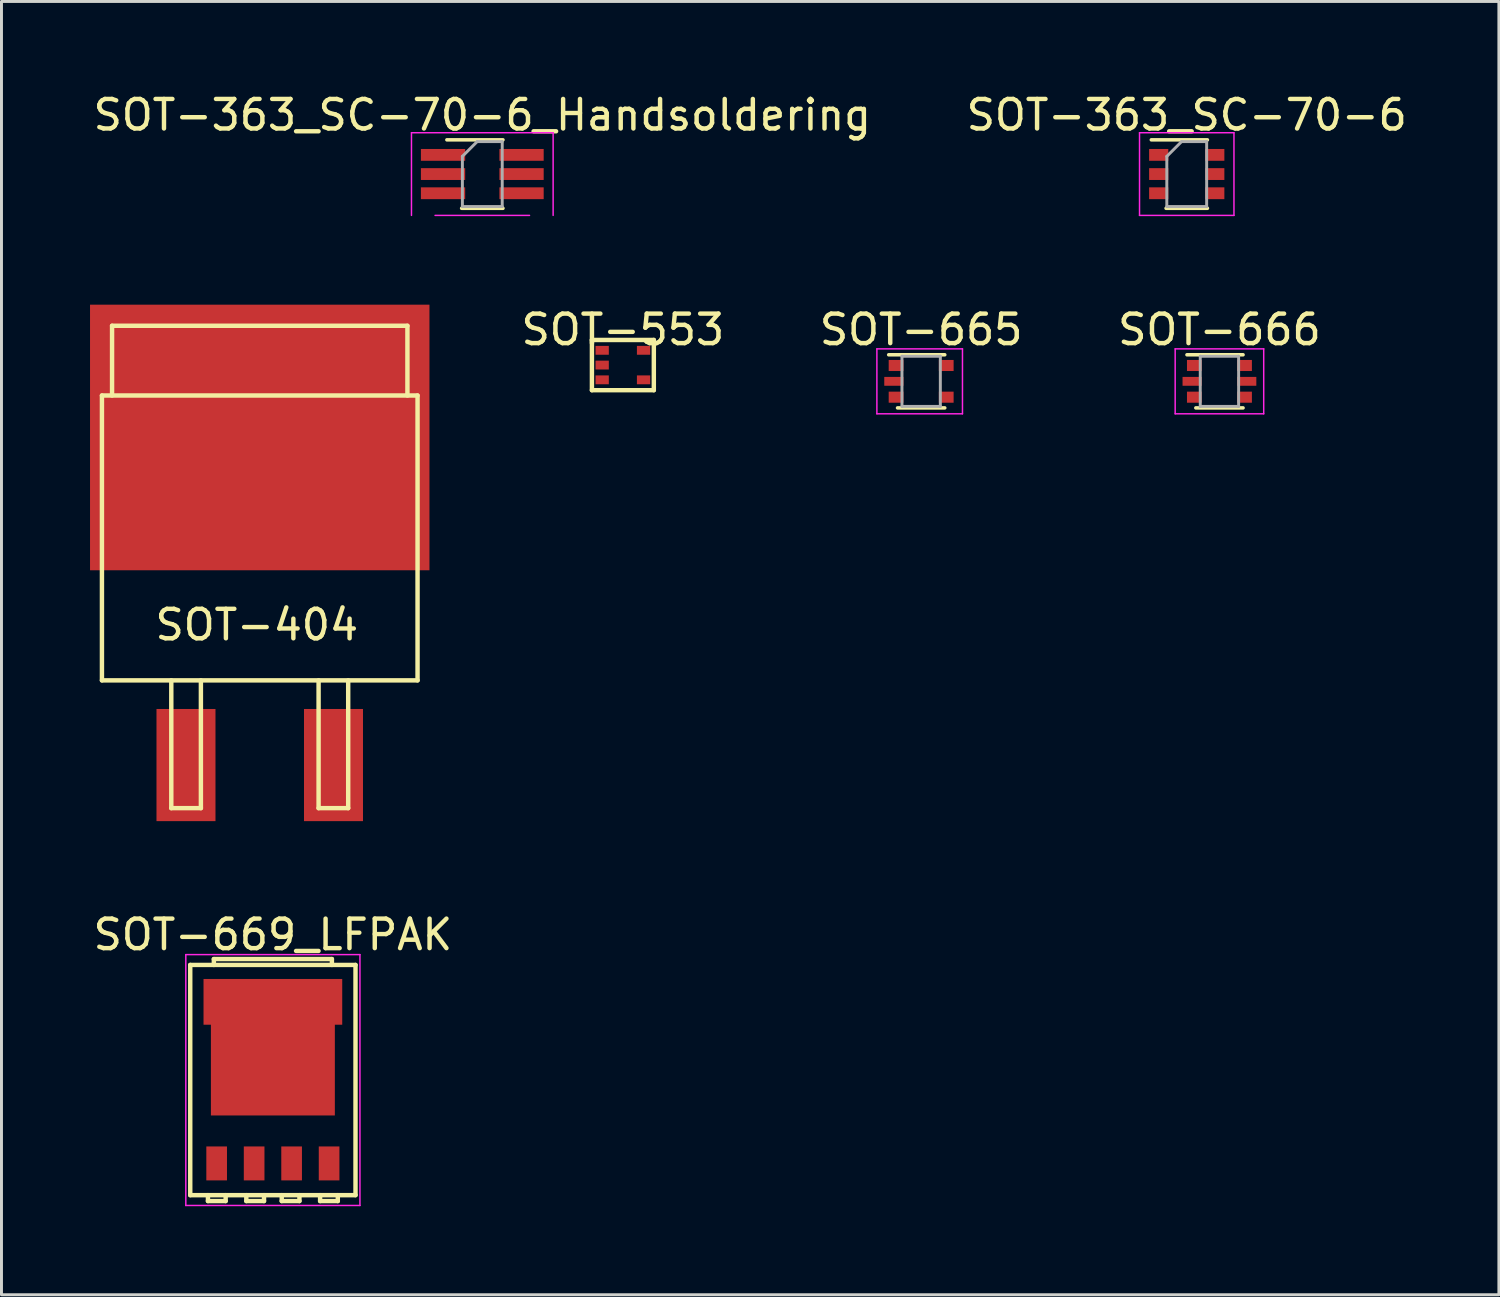
<source format=kicad_pcb>
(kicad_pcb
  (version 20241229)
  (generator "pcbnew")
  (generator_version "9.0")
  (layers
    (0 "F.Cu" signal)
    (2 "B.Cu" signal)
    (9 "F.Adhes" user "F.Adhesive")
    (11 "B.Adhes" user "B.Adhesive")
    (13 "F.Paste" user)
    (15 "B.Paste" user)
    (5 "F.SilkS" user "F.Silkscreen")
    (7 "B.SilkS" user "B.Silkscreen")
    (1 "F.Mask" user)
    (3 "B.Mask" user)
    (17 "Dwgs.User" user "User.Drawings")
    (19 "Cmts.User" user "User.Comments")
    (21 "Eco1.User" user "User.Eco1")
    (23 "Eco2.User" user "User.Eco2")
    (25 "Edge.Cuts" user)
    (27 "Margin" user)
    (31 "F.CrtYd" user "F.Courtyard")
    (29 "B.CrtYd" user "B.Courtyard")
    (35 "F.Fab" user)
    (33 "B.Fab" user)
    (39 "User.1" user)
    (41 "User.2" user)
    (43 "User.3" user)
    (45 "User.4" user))
  (footprint "SOT-665"
    (layer "F.Cu")
    (at 28.162 9.871)
    (property "Reference" "SOT-665" (at 0 -1.75 0) (layer "F.SilkS") (effects (font (size 1 1) (thickness 0.15))))
    (attr smd)
    (fp_line (start -0.8 0.9) (end 0.8 0.9) (stroke (width 0.12) (type solid)) (layer "F.SilkS"))
    (fp_line (start 0.8 -0.9) (end -1.1 -0.9) (stroke (width 0.12) (type solid)) (layer "F.SilkS"))
    (fp_line (start -1.5 -1.1) (end -1.5 1.1) (stroke (width 0.05) (type solid)) (layer "F.CrtYd"))
    (fp_line (start -1.5 -1.1) (end 1.4 -1.1) (stroke (width 0.05) (type solid)) (layer "F.CrtYd"))
    (fp_line (start -1.5 1.1) (end 1.4 1.1) (stroke (width 0.05) (type solid)) (layer "F.CrtYd"))
    (fp_line (start 1.4 1.1) (end 1.4 -1.1) (stroke (width 0.05) (type solid)) (layer "F.CrtYd"))
    (fp_line (start -0.65 -0.85) (end -0.65 0.85) (stroke (width 0.1) (type solid)) (layer "F.Fab"))
    (fp_line (start 0.65 -0.85) (end -0.65 -0.85) (stroke (width 0.1) (type solid)) (layer "F.Fab"))
    (fp_line (start 0.65 -0.85) (end 0.65 0.85) (stroke (width 0.1) (type solid)) (layer "F.Fab"))
    (fp_line (start 0.65 0.85) (end -0.65 0.85) (stroke (width 0.1) (type solid)) (layer "F.Fab"))
    (pad "1" smd rect (at -0.85 -0.537) (size 0.5 0.375) (layers "F.Cu" "F.Mask" "F.Paste"))
    (pad "2" smd rect (at -0.925 0) (size 0.65 0.3) (layers "F.Cu" "F.Mask" "F.Paste"))
    (pad "3" smd rect (at -0.85 0.537) (size 0.5 0.375) (layers "F.Cu" "F.Mask" "F.Paste"))
    (pad "4" smd rect (at 0.85 0.537) (size 0.5 0.375) (layers "F.Cu" "F.Mask" "F.Paste"))
    (pad "5" smd rect (at 0.85 -0.537) (size 0.5 0.375) (layers "F.Cu" "F.Mask" "F.Paste")))
  (footprint "SOT-669_LFPAK"
    (layer "F.Cu")
    (at 6.196 33.546)
    (property "Reference" "SOT-669_LFPAK" (at 0 -4.925 0) (layer "F.SilkS") (effects (font (size 1 1) (thickness 0.15))))
    (attr smd)
    (fp_line (start -2.8 -3.9) (end 2.8 -3.9) (stroke (width 0.15) (type solid)) (layer "F.SilkS"))
    (fp_line (start -2.8 3.9) (end -2.8 -3.9) (stroke (width 0.15) (type solid)) (layer "F.SilkS"))
    (fp_line (start -2.2 3.9) (end -2.2 4.1) (stroke (width 0.15) (type solid)) (layer "F.SilkS"))
    (fp_line (start -2.2 4.1) (end -1.6 4.1) (stroke (width 0.15) (type solid)) (layer "F.SilkS"))
    (fp_line (start -2 -4.1) (end 2 -4.1) (stroke (width 0.15) (type solid)) (layer "F.SilkS"))
    (fp_line (start -2 -3.9) (end -2 -4.1) (stroke (width 0.15) (type solid)) (layer "F.SilkS"))
    (fp_line (start -1.6 4.1) (end -1.6 3.9) (stroke (width 0.15) (type solid)) (layer "F.SilkS"))
    (fp_line (start -0.9 3.9) (end -0.9 4.1) (stroke (width 0.15) (type solid)) (layer "F.SilkS"))
    (fp_line (start -0.9 4.1) (end -0.3 4.1) (stroke (width 0.15) (type solid)) (layer "F.SilkS"))
    (fp_line (start -0.3 4.1) (end -0.3 3.9) (stroke (width 0.15) (type solid)) (layer "F.SilkS"))
    (fp_line (start 0.3 3.9) (end 0.3 4.1) (stroke (width 0.15) (type solid)) (layer "F.SilkS"))
    (fp_line (start 0.3 4.1) (end 0.9 4.1) (stroke (width 0.15) (type solid)) (layer "F.SilkS"))
    (fp_line (start 0.9 4.1) (end 0.9 3.9) (stroke (width 0.15) (type solid)) (layer "F.SilkS"))
    (fp_line (start 1.6 3.9) (end 1.6 4.1) (stroke (width 0.15) (type solid)) (layer "F.SilkS"))
    (fp_line (start 1.6 4.1) (end 2.2 4.1) (stroke (width 0.15) (type solid)) (layer "F.SilkS"))
    (fp_line (start 2 -4.1) (end 2 -3.9) (stroke (width 0.15) (type solid)) (layer "F.SilkS"))
    (fp_line (start 2.2 4.1) (end 2.2 3.9) (stroke (width 0.15) (type solid)) (layer "F.SilkS"))
    (fp_line (start 2.8 -3.9) (end 2.8 3.9) (stroke (width 0.15) (type solid)) (layer "F.SilkS"))
    (fp_line (start 2.8 3.9) (end -2.8 3.9) (stroke (width 0.15) (type solid)) (layer "F.SilkS"))
    (fp_line (start -2.95 -4.25) (end 2.95 -4.25) (stroke (width 0.05) (type solid)) (layer "F.CrtYd"))
    (fp_line (start -2.95 4.25) (end -2.95 -4.25) (stroke (width 0.05) (type solid)) (layer "F.CrtYd"))
    (fp_line (start -2.95 4.25) (end 2.95 4.25) (stroke (width 0.05) (type solid)) (layer "F.CrtYd"))
    (fp_line (start 2.95 -4.25) (end 2.95 4.25) (stroke (width 0.05) (type solid)) (layer "F.CrtYd"))
    (pad "" smd rect (at -1.875 -2.9) (size 0.6 0.9) (layers "F.Paste"))
    (pad "" smd rect (at -1.15 -1.05 90) (size 0.6 0.9) (layers "F.Paste"))
    (pad "" smd rect (at -1.15 -0.2 90) (size 0.6 0.9) (layers "F.Paste"))
    (pad "" smd rect (at -1.15 0.65 90) (size 0.6 0.9) (layers "F.Paste"))
    (pad "" smd rect (at -0.6 -2.9) (size 0.6 0.9) (layers "F.Paste"))
    (pad "" smd rect (at 0 -1.05 90) (size 0.6 0.9) (layers "F.Paste"))
    (pad "" smd rect (at 0 -0.2 90) (size 0.6 0.9) (layers "F.Paste"))
    (pad "" smd rect (at 0 0.65 90) (size 0.6 0.9) (layers "F.Paste"))
    (pad "" smd rect (at 0.6 -2.9) (size 0.6 0.9) (layers "F.Paste"))
    (pad "" smd rect (at 1.15 -1.05 90) (size 0.6 0.9) (layers "F.Paste"))
    (pad "" smd rect (at 1.15 -0.2 90) (size 0.6 0.9) (layers "F.Paste"))
    (pad "" smd rect (at 1.15 0.65 90) (size 0.6 0.9) (layers "F.Paste"))
    (pad "" smd rect (at 1.875 -2.9) (size 0.6 0.9) (layers "F.Paste"))
    (pad "1" smd rect (at -1.905 2.825) (size 0.7 1.15) (layers "F.Cu" "F.Mask" "F.Paste"))
    (pad "2" smd rect (at -0.635 2.825) (size 0.7 1.15) (layers "F.Cu" "F.Mask" "F.Paste"))
    (pad "3" smd rect (at 0.635 2.825) (size 0.7 1.15) (layers "F.Cu" "F.Mask" "F.Paste"))
    (pad "4" smd rect (at 1.905 2.825) (size 0.7 1.15) (layers "F.Cu" "F.Mask" "F.Paste"))
    (pad "5" smd rect (at 0 -2.65) (size 4.7 1.55) (layers "F.Cu" "F.Mask"))
    (pad "5" smd rect (at 0 -0.45) (size 4.2 3.3) (layers "F.Cu" "F.Mask")))
  (footprint "SOT-666"
    (layer "F.Cu")
    (at 38.269 9.871)
    (property "Reference" "SOT-666" (at 0 -1.75 0) (layer "F.SilkS") (effects (font (size 1 1) (thickness 0.15))))
    (attr smd)
    (fp_line (start -0.8 0.9) (end 0.8 0.9) (stroke (width 0.12) (type solid)) (layer "F.SilkS"))
    (fp_line (start 0.8 -0.9) (end -1.1 -0.9) (stroke (width 0.12) (type solid)) (layer "F.SilkS"))
    (fp_line (start -1.5 -1.1) (end -1.5 1.1) (stroke (width 0.05) (type solid)) (layer "F.CrtYd"))
    (fp_line (start -1.5 -1.1) (end 1.5 -1.1) (stroke (width 0.05) (type solid)) (layer "F.CrtYd"))
    (fp_line (start -1.5 1.1) (end 1.5 1.1) (stroke (width 0.05) (type solid)) (layer "F.CrtYd"))
    (fp_line (start 1.5 1.1) (end 1.5 -1.1) (stroke (width 0.05) (type solid)) (layer "F.CrtYd"))
    (fp_line (start -0.65 -0.85) (end -0.65 0.85) (stroke (width 0.1) (type solid)) (layer "F.Fab"))
    (fp_line (start 0.65 -0.85) (end -0.65 -0.85) (stroke (width 0.1) (type solid)) (layer "F.Fab"))
    (fp_line (start 0.65 -0.85) (end 0.65 0.85) (stroke (width 0.1) (type solid)) (layer "F.Fab"))
    (fp_line (start 0.65 0.85) (end -0.65 0.85) (stroke (width 0.1) (type solid)) (layer "F.Fab"))
    (pad "1" smd rect (at -0.85 -0.537) (size 0.5 0.375) (layers "F.Cu" "F.Mask" "F.Paste"))
    (pad "2" smd rect (at -0.925 0) (size 0.65 0.3) (layers "F.Cu" "F.Mask" "F.Paste"))
    (pad "3" smd rect (at -0.85 0.537) (size 0.5 0.375) (layers "F.Cu" "F.Mask" "F.Paste"))
    (pad "4" smd rect (at 0.85 0.537) (size 0.5 0.375) (layers "F.Cu" "F.Mask" "F.Paste"))
    (pad "5" smd rect (at 0.925 0) (size 0.65 0.3) (layers "F.Cu" "F.Mask" "F.Paste"))
    (pad "6" smd rect (at 0.85 -0.537) (size 0.5 0.375) (layers "F.Cu" "F.Mask" "F.Paste")))
  (footprint "SOT-363_SC-70-6"
    (layer "F.Cu")
    (at 37.161 2.848)
    (property "Reference" "SOT-363_SC-70-6" (at 0 -2 0) (layer "F.SilkS") (effects (font (size 1 1) (thickness 0.15))))
    (attr smd)
    (fp_line (start -0.7 1.16) (end 0.7 1.16) (stroke (width 0.12) (type solid)) (layer "F.SilkS"))
    (fp_line (start 0.7 -1.16) (end -1.2 -1.16) (stroke (width 0.12) (type solid)) (layer "F.SilkS"))
    (fp_line (start -1.6 -1.4) (end -1.6 1.4) (stroke (width 0.05) (type solid)) (layer "F.CrtYd"))
    (fp_line (start -1.6 -1.4) (end 1.6 -1.4) (stroke (width 0.05) (type solid)) (layer "F.CrtYd"))
    (fp_line (start -1.6 1.4) (end 1.6 1.4) (stroke (width 0.05) (type solid)) (layer "F.CrtYd"))
    (fp_line (start 1.6 1.4) (end 1.6 -1.4) (stroke (width 0.05) (type solid)) (layer "F.CrtYd"))
    (fp_line (start -0.675 -0.6) (end -0.675 1.1) (stroke (width 0.1) (type solid)) (layer "F.Fab"))
    (fp_line (start -0.175 -1.1) (end -0.675 -0.6) (stroke (width 0.1) (type solid)) (layer "F.Fab"))
    (fp_line (start 0.675 -1.1) (end -0.175 -1.1) (stroke (width 0.1) (type solid)) (layer "F.Fab"))
    (fp_line (start 0.675 -1.1) (end 0.675 1.1) (stroke (width 0.1) (type solid)) (layer "F.Fab"))
    (fp_line (start 0.675 1.1) (end -0.675 1.1) (stroke (width 0.1) (type solid)) (layer "F.Fab"))
    (pad "1" smd rect (at -0.95 -0.65) (size 0.65 0.4) (layers "F.Cu" "F.Mask" "F.Paste"))
    (pad "2" smd rect (at -0.95 0) (size 0.65 0.4) (layers "F.Cu" "F.Mask" "F.Paste"))
    (pad "3" smd rect (at -0.95 0.65) (size 0.65 0.4) (layers "F.Cu" "F.Mask" "F.Paste"))
    (pad "4" smd rect (at 0.95 0.65) (size 0.65 0.4) (layers "F.Cu" "F.Mask" "F.Paste"))
    (pad "5" smd rect (at 0.95 0) (size 0.65 0.4) (layers "F.Cu" "F.Mask" "F.Paste"))
    (pad "6" smd rect (at 0.95 -0.65) (size 0.65 0.4) (layers "F.Cu" "F.Mask" "F.Paste")))
  (footprint "SOT-363_SC-70-6_Handsoldering"
    (layer "F.Cu")
    (at 13.292 2.848)
    (property "Reference" "SOT-363_SC-70-6_Handsoldering" (at 0 -2 0) (layer "F.SilkS") (effects (font (size 1 1) (thickness 0.15))))
    (attr smd)
    (fp_line (start -0.7 1.16) (end 0.7 1.16) (stroke (width 0.12) (type solid)) (layer "F.SilkS"))
    (fp_line (start 0.7 -1.16) (end -1.2 -1.16) (stroke (width 0.12) (type solid)) (layer "F.SilkS"))
    (fp_line (start -2.4 -1.4) (end -2.4 1.4) (stroke (width 0.05) (type solid)) (layer "F.CrtYd"))
    (fp_line (start -2.4 -1.4) (end 2.4 -1.4) (stroke (width 0.05) (type solid)) (layer "F.CrtYd"))
    (fp_line (start -1.6 1.4) (end 1.6 1.4) (stroke (width 0.05) (type solid)) (layer "F.CrtYd"))
    (fp_line (start 2.4 1.4) (end 2.4 -1.4) (stroke (width 0.05) (type solid)) (layer "F.CrtYd"))
    (fp_line (start -0.675 -0.6) (end -0.675 1.1) (stroke (width 0.1) (type solid)) (layer "F.Fab"))
    (fp_line (start -0.175 -1.1) (end -0.675 -0.6) (stroke (width 0.1) (type solid)) (layer "F.Fab"))
    (fp_line (start 0.675 -1.1) (end -0.175 -1.1) (stroke (width 0.1) (type solid)) (layer "F.Fab"))
    (fp_line (start 0.675 -1.1) (end 0.675 1.1) (stroke (width 0.1) (type solid)) (layer "F.Fab"))
    (fp_line (start 0.675 1.1) (end -0.675 1.1) (stroke (width 0.1) (type solid)) (layer "F.Fab"))
    (pad "1" smd rect (at -1.33 -0.65) (size 1.5 0.4) (layers "F.Cu" "F.Mask" "F.Paste"))
    (pad "2" smd rect (at -1.33 0) (size 1.5 0.4) (layers "F.Cu" "F.Mask" "F.Paste"))
    (pad "3" smd rect (at -1.33 0.65) (size 1.5 0.4) (layers "F.Cu" "F.Mask" "F.Paste"))
    (pad "4" smd rect (at 1.33 0.65) (size 1.5 0.4) (layers "F.Cu" "F.Mask" "F.Paste"))
    (pad "5" smd rect (at 1.33 0) (size 1.5 0.4) (layers "F.Cu" "F.Mask" "F.Paste"))
    (pad "6" smd rect (at 1.33 -0.65) (size 1.5 0.4) (layers "F.Cu" "F.Mask" "F.Paste")))
  (footprint "SOT-404"
    (layer "F.Cu")
    (at 5.751 17.323)
    (property "Reference" "SOT-404" (at -0.099 0.8 0) (layer "F.SilkS") (effects (font (size 1 1) (thickness 0.15))))
    (attr smd)
    (fp_line (start -5.347 -6.972) (end 5.347 -6.972) (stroke (width 0.15) (type solid)) (layer "F.SilkS"))
    (fp_line (start -5.347 2.68) (end -5.347 -6.972) (stroke (width 0.15) (type solid)) (layer "F.SilkS"))
    (fp_line (start -5.004 -9.335) (end 5.004 -9.335) (stroke (width 0.15) (type solid)) (layer "F.SilkS"))
    (fp_line (start -5.004 -6.972) (end -5.004 -9.335) (stroke (width 0.15) (type solid)) (layer "F.SilkS"))
    (fp_line (start -2.997 2.68) (end -2.997 7.01) (stroke (width 0.15) (type solid)) (layer "F.SilkS"))
    (fp_line (start -2.997 7.01) (end -1.994 7.01) (stroke (width 0.15) (type solid)) (layer "F.SilkS"))
    (fp_line (start -1.994 7.01) (end -1.994 2.68) (stroke (width 0.15) (type solid)) (layer "F.SilkS"))
    (fp_line (start 1.994 2.68) (end 1.994 7.01) (stroke (width 0.15) (type solid)) (layer "F.SilkS"))
    (fp_line (start 1.994 7.01) (end 2.997 7.01) (stroke (width 0.15) (type solid)) (layer "F.SilkS"))
    (fp_line (start 2.997 7.01) (end 2.997 2.68) (stroke (width 0.15) (type solid)) (layer "F.SilkS"))
    (fp_line (start 5.004 -9.335) (end 5.004 -6.972) (stroke (width 0.15) (type solid)) (layer "F.SilkS"))
    (fp_line (start 5.347 -6.972) (end 5.347 2.68) (stroke (width 0.15) (type solid)) (layer "F.SilkS"))
    (fp_line (start 5.347 2.68) (end -5.347 2.68) (stroke (width 0.15) (type solid)) (layer "F.SilkS"))
    (pad "1" smd rect (at -2.499 5.55) (size 1.999 3.8) (layers "F.Cu" "F.Mask" "F.Paste"))
    (pad "2" smd rect (at 0 -5.55) (size 11.501 8.999) (layers "F.Cu" "F.Mask" "F.Paste"))
    (pad "3" smd rect (at 2.499 5.55) (size 1.999 3.8) (layers "F.Cu" "F.Mask" "F.Paste")))
  (footprint "SOT-553"
    (layer "F.Cu")
    (at 18.055 9.32)
    (property "Reference" "SOT-553" (at 0 -1.199 0) (layer "F.SilkS") (effects (font (size 1 1) (thickness 0.15))))
    (attr smd)
    (fp_line (start -1.049 -0.851) (end 1.049 -0.851) (stroke (width 0.15) (type solid)) (layer "F.SilkS"))
    (fp_line (start -1.049 0.851) (end -1.049 -0.851) (stroke (width 0.15) (type solid)) (layer "F.SilkS"))
    (fp_line (start 1.049 -0.851) (end 1.049 0.851) (stroke (width 0.15) (type solid)) (layer "F.SilkS"))
    (fp_line (start 1.049 0.851) (end -1.049 0.851) (stroke (width 0.15) (type solid)) (layer "F.SilkS"))
    (pad "1" smd rect (at -0.701 -0.5) (size 0.45 0.3) (layers "F.Cu" "F.Mask" "F.Paste"))
    (pad "2" smd rect (at -0.701 0) (size 0.45 0.3) (layers "F.Cu" "F.Mask" "F.Paste"))
    (pad "3" smd rect (at -0.701 0.5) (size 0.45 0.3) (layers "F.Cu" "F.Mask" "F.Paste"))
    (pad "4" smd rect (at 0.701 0.5) (size 0.45 0.3) (layers "F.Cu" "F.Mask" "F.Paste"))
    (pad "5" smd rect (at 0.701 -0.5) (size 0.45 0.3) (layers "F.Cu" "F.Mask" "F.Paste")))
  (gr_rect
    (start -3 -3)
    (end 47.738 40.821)
    (stroke (width 0.1) (type default))
    (fill no)
    (layer "Edge.Cuts")))
</source>
